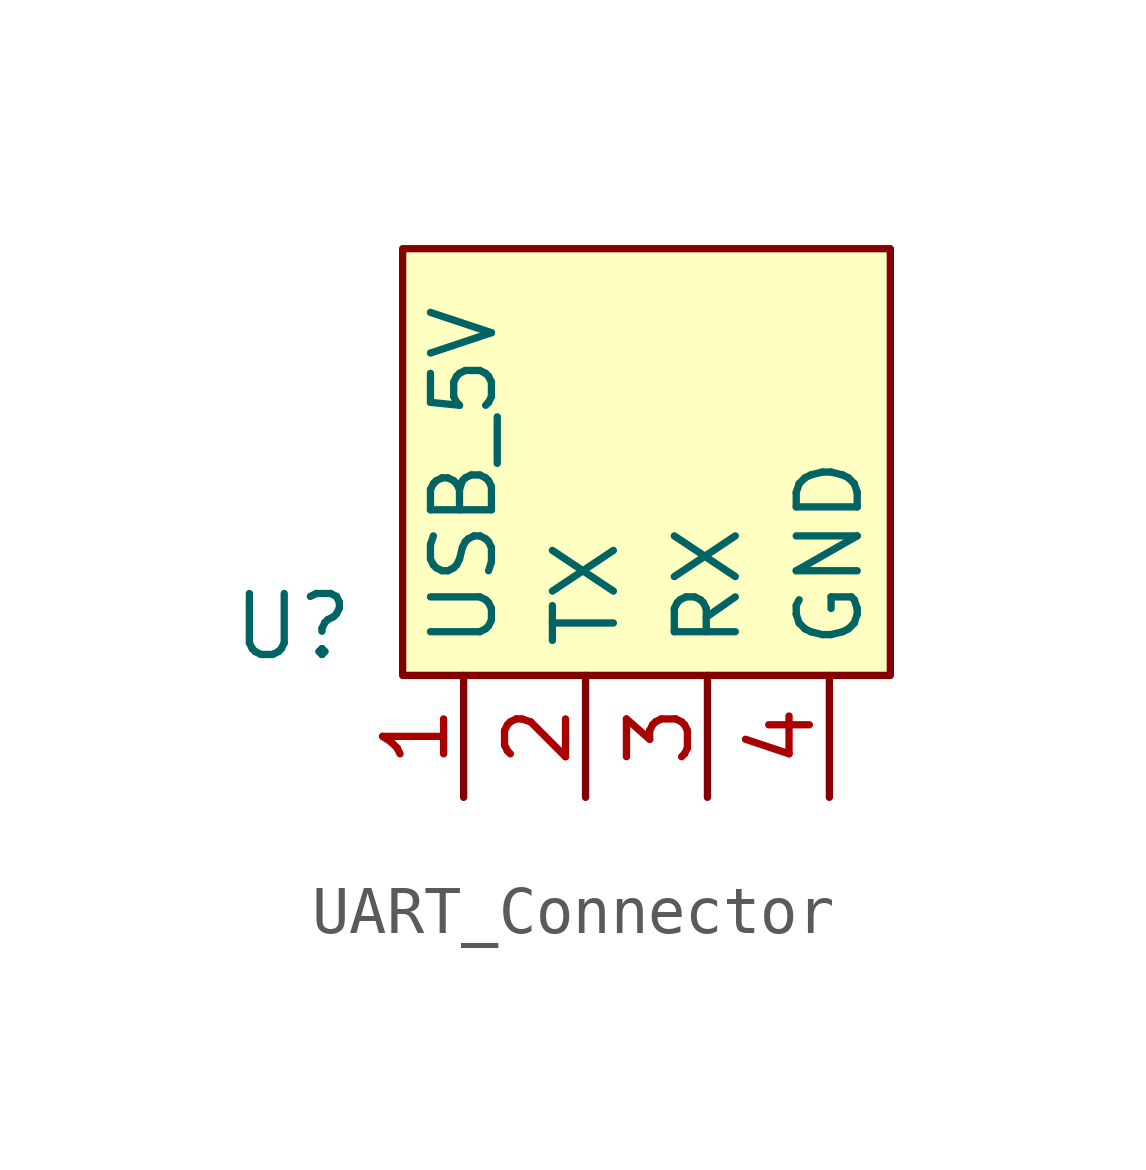
<source format=kicad_sym>
(kicad_symbol_lib
  (version 20231120)
  (generator "kicad_symbol_editor")
  (generator_version "8.0")
  (symbol "UART_Connector"
    (property "Reference" "U"
      (at -2.286 1.016 0)
      (effects (font (size 1.27 1.27))))
    (property "Value" ""
      (at 0 0 0)
      (effects (font (size 1.27 1.27))))
    (symbol "UART_Connector_1_1"
      (rectangle (start 0 8.89) (end 10.16 0) (stroke (width 0) (type default)) (fill (type background)))
      (pin input line (at 1.27 -2.54 90) (length 2.54) (name "USB_5V" (effects (font (size 1.27 1.27)))) (number "1" (effects (font (size 1.27 1.27)))))
      (pin input line (at 3.81 -2.54 90) (length 2.54) (name "TX" (effects (font (size 1.27 1.27)))) (number "2" (effects (font (size 1.27 1.27)))))
      (pin input line (at 6.35 -2.54 90) (length 2.54) (name "RX" (effects (font (size 1.27 1.27)))) (number "3" (effects (font (size 1.27 1.27)))))
      (pin input line (at 8.89 -2.54 90) (length 2.54) (name "GND" (effects (font (size 1.27 1.27)))) (number "4" (effects (font (size 1.27 1.27))))))))
</source>
